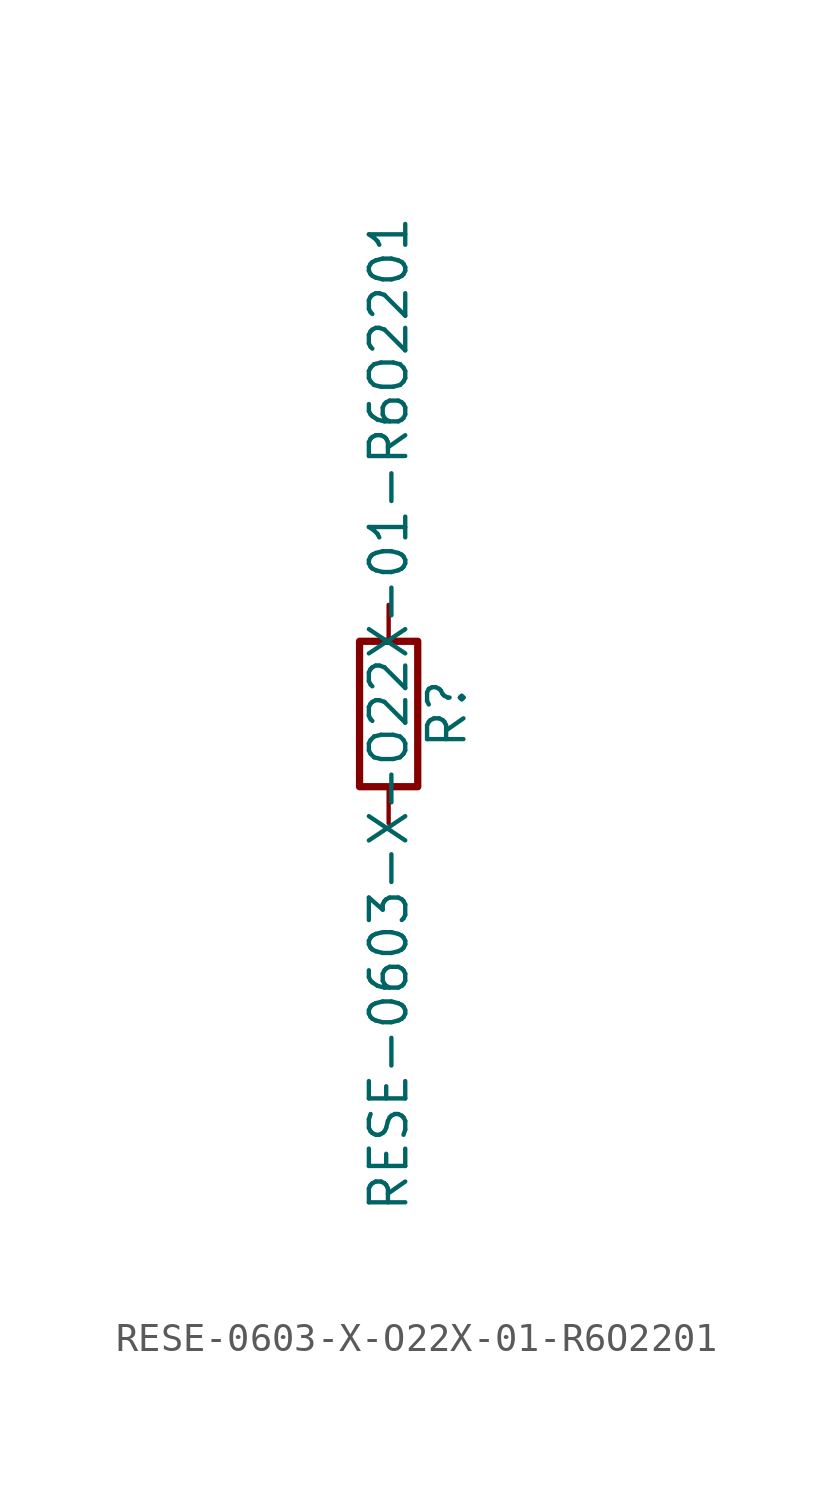
<source format=kicad_sym>
(kicad_symbol_lib
  (version 20211014)
  (generator kicad_symbol_editor)
  (symbol "RESE-0603-X-O22X-01-R6O2201"
    (pin_numbers hide)
    (pin_names
      (offset 0))
    (property "Reference" "R"
      (at 2.032 0 90)
      (effects (font (size 1.27 1.27))))
    (property "Value" "RESE-0603-X-O22X-01-R6O2201"
      (at 0 0 90)
      (effects (font (size 1.27 1.27))))
    (symbol "RESE-0603-X-O22X-01-R6O2201_0_1"
      (rectangle (start -1.016 -2.54) (end 1.016 2.54) (stroke (width 0.254) (type default) (color 0 0 0 0)) (fill (type none))))
    (symbol "RESE-0603-X-O22X-01-R6O2201_1_1"
      (pin passive line (at 0 3.81 270) (length 1.27) (name "~" (effects (font (size 1.27 1.27)))) (number "1" (effects (font (size 1.27 1.27)))))
      (pin passive line (at 0 -3.81 90) (length 1.27) (name "~" (effects (font (size 1.27 1.27)))) (number "2" (effects (font (size 1.27 1.27))))))))
</source>
